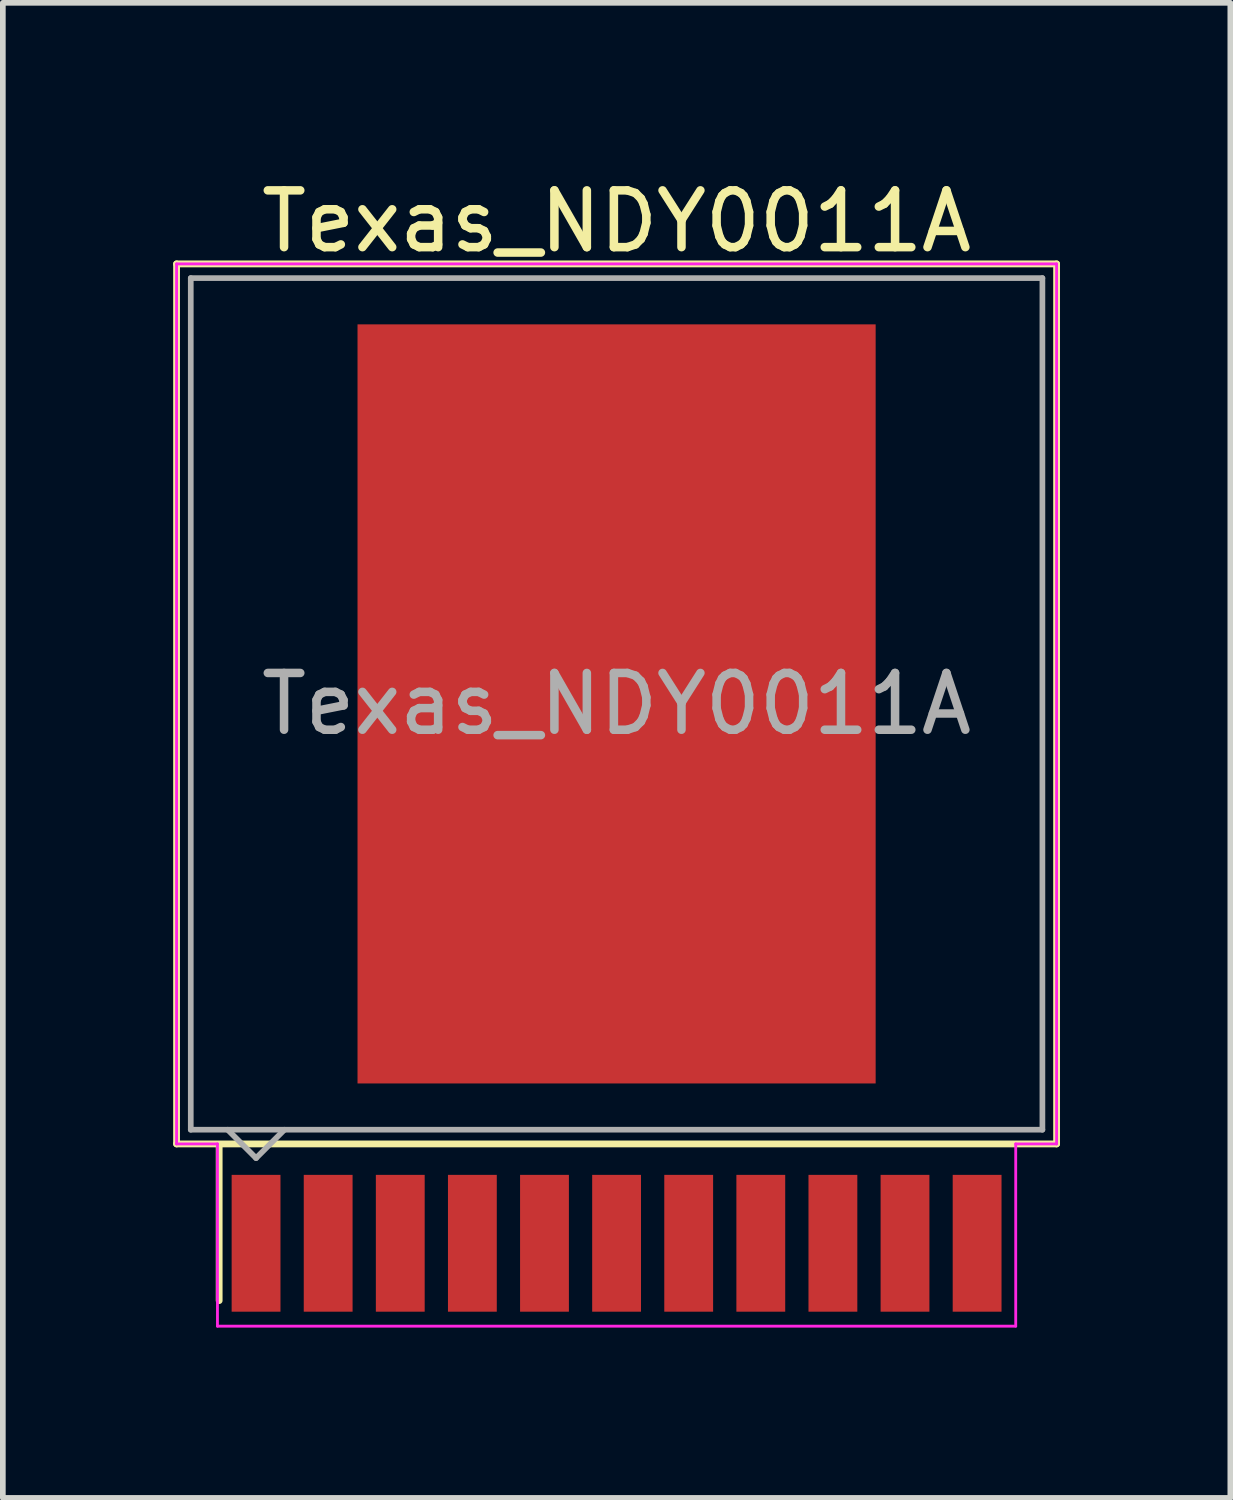
<source format=kicad_pcb>
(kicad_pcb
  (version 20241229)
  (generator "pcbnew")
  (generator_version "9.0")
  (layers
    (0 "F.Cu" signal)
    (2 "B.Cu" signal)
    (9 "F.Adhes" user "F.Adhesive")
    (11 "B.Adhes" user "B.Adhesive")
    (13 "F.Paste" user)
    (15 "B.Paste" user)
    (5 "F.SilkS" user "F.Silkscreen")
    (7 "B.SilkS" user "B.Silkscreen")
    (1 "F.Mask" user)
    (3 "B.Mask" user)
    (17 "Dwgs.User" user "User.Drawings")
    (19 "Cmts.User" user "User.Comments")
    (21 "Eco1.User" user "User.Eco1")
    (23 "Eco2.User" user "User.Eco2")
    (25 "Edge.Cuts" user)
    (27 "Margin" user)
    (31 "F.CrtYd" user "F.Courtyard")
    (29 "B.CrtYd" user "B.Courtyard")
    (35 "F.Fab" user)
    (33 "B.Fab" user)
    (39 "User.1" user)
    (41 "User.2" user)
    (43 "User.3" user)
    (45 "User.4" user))
  (footprint "Texas_NDY0011A"
    (layer "F.Cu")
    (at 7.81 11.358)
    (property "Reference" "Texas_NDY0011A" (at 0 -10.51 0) (layer "F.SilkS") (effects (font (size 1 1) (thickness 0.15))))
    (attr smd)
    (fp_line (start -7.75 -9.76) (end 7.75 -9.76) (stroke (width 0.12) (type solid)) (layer "F.SilkS"))
    (fp_line (start -7.75 5.74) (end -7.75 -9.76) (stroke (width 0.12) (type solid)) (layer "F.SilkS"))
    (fp_line (start -7.75 5.74) (end 7.75 5.74) (stroke (width 0.12) (type solid)) (layer "F.SilkS"))
    (fp_line (start -7 5.75) (end -7 8.5) (stroke (width 0.12) (type solid)) (layer "F.SilkS"))
    (fp_line (start 7.75 -9.76) (end 7.75 5.74) (stroke (width 0.12) (type solid)) (layer "F.SilkS"))
    (fp_line (start -7.75 -9.76) (end 7.75 -9.76) (stroke (width 0.05) (type solid)) (layer "F.CrtYd"))
    (fp_line (start -7.75 5.74) (end -7.75 -9.76) (stroke (width 0.05) (type solid)) (layer "F.CrtYd"))
    (fp_line (start -7.03 5.74) (end -7.75 5.74) (stroke (width 0.05) (type solid)) (layer "F.CrtYd"))
    (fp_line (start -7.03 8.95) (end -7.03 5.74) (stroke (width 0.05) (type solid)) (layer "F.CrtYd"))
    (fp_line (start 7.03 5.74) (end 7.03 8.95) (stroke (width 0.05) (type solid)) (layer "F.CrtYd"))
    (fp_line (start 7.03 8.95) (end -7.03 8.95) (stroke (width 0.05) (type solid)) (layer "F.CrtYd"))
    (fp_line (start 7.75 -9.76) (end 7.75 5.74) (stroke (width 0.05) (type solid)) (layer "F.CrtYd"))
    (fp_line (start 7.75 5.74) (end 7.03 5.74) (stroke (width 0.05) (type solid)) (layer "F.CrtYd"))
    (fp_line (start -7.5 -9.51) (end 7.5 -9.51) (stroke (width 0.1) (type solid)) (layer "F.Fab"))
    (fp_line (start -7.5 5.49) (end -7.5 -9.51) (stroke (width 0.1) (type solid)) (layer "F.Fab"))
    (fp_line (start -6.85 5.49) (end -6.35 5.99) (stroke (width 0.1) (type solid)) (layer "F.Fab"))
    (fp_line (start -6.35 5.99) (end -5.85 5.49) (stroke (width 0.1) (type solid)) (layer "F.Fab"))
    (fp_line (start 7.5 -9.51) (end 7.5 5.49) (stroke (width 0.1) (type solid)) (layer "F.Fab"))
    (fp_line (start 7.5 5.49) (end -7.5 5.49) (stroke (width 0.1) (type solid)) (layer "F.Fab"))
    (fp_text user "${REFERENCE}" (at 0 -2.01 0) (layer "F.Fab") (effects (font (size 1 1) (thickness 0.15))))
    (pad "1" smd rect (at -6.35 7.49) (size 0.86 2.41) (layers "F.Cu" "F.Mask" "F.Paste"))
    (pad "2" smd rect (at -5.08 7.49) (size 0.86 2.41) (layers "F.Cu" "F.Mask" "F.Paste"))
    (pad "3" smd rect (at -3.81 7.49) (size 0.86 2.41) (layers "F.Cu" "F.Mask" "F.Paste"))
    (pad "4" smd rect (at -2.54 7.49) (size 0.86 2.41) (layers "F.Cu" "F.Mask" "F.Paste"))
    (pad "5" smd rect (at -1.27 7.49) (size 0.86 2.41) (layers "F.Cu" "F.Mask" "F.Paste"))
    (pad "6" smd rect (at 0 7.49) (size 0.86 2.41) (layers "F.Cu" "F.Mask" "F.Paste"))
    (pad "7" smd rect (at 1.27 7.49) (size 0.86 2.41) (layers "F.Cu" "F.Mask" "F.Paste"))
    (pad "8" smd rect (at 2.54 7.49) (size 0.86 2.41) (layers "F.Cu" "F.Mask" "F.Paste"))
    (pad "9" smd rect (at 3.81 7.49) (size 0.86 2.41) (layers "F.Cu" "F.Mask" "F.Paste"))
    (pad "10" smd rect (at 5.08 7.49) (size 0.86 2.41) (layers "F.Cu" "F.Mask" "F.Paste"))
    (pad "11" smd rect (at 6.35 7.49) (size 0.86 2.41) (layers "F.Cu" "F.Mask" "F.Paste"))
    (pad "12" smd rect (at 0 -2.01) (size 9.126 13.37) (layers "F.Cu" "F.Mask" "F.Paste")))
  (gr_rect
    (start -3 -3)
    (end 18.62 23.333)
    (stroke (width 0.1) (type default))
    (fill no)
    (layer "Edge.Cuts")))
</source>
